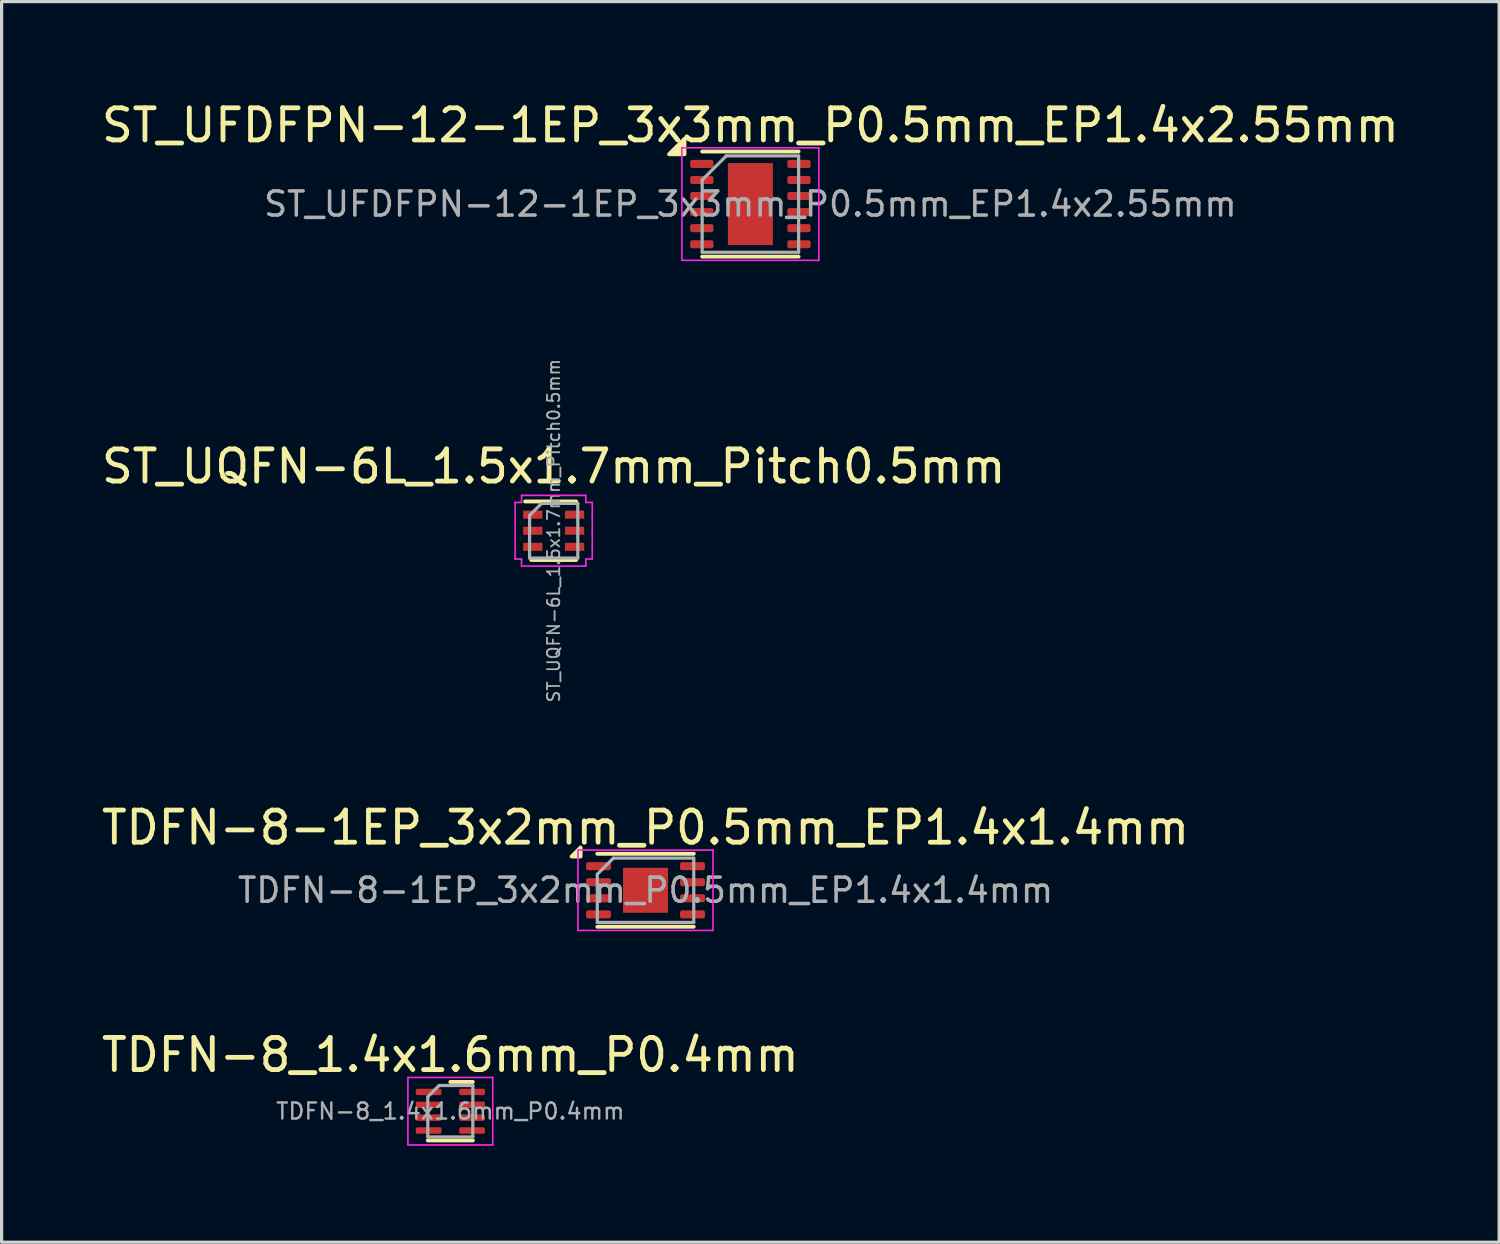
<source format=kicad_pcb>
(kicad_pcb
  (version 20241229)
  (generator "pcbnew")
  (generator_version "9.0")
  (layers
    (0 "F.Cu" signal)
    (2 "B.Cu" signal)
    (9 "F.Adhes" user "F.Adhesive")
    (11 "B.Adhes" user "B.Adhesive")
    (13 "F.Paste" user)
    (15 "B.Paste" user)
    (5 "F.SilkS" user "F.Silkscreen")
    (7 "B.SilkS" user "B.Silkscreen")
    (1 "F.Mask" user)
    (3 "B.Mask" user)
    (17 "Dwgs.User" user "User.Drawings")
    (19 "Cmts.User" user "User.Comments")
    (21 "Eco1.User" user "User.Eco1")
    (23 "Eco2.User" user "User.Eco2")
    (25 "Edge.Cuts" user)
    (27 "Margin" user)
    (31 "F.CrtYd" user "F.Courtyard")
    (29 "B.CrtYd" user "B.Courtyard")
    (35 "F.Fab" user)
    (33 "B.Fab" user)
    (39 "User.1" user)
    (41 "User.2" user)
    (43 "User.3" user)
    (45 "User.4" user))
  (footprint "TDFN-8-1EP_3x2mm_P0.5mm_EP1.4x1.4mm"
    (layer "F.Cu")
    (at 17.03 24.643)
    (property "Reference" "TDFN-8-1EP_3x2mm_P0.5mm_EP1.4x1.4mm" (at 0 -1.95 0) (layer "F.SilkS") (effects (font (size 1 1) (thickness 0.15))))
    (attr smd)
    (fp_line (start -1.5 -1.135) (end 1.5 -1.135) (stroke (width 0.12) (type solid)) (layer "F.SilkS"))
    (fp_line (start -1.5 1.135) (end 1.5 1.135) (stroke (width 0.12) (type solid)) (layer "F.SilkS"))
    (fp_poly (pts (xy -2.02 -1.05) (xy -2.3 -1.05) (xy -2.02 -1.33) (xy -2.02 -1.05)) (stroke (width 0.12) (type solid)) (fill yes) (layer "F.SilkS"))
    (fp_line (start -2.1 -1.25) (end -2.1 1.25) (stroke (width 0.05) (type solid)) (layer "F.CrtYd"))
    (fp_line (start -2.1 1.25) (end 2.1 1.25) (stroke (width 0.05) (type solid)) (layer "F.CrtYd"))
    (fp_line (start 2.1 -1.25) (end -2.1 -1.25) (stroke (width 0.05) (type solid)) (layer "F.CrtYd"))
    (fp_line (start 2.1 1.25) (end 2.1 -1.25) (stroke (width 0.05) (type solid)) (layer "F.CrtYd"))
    (fp_line (start -1.5 -0.5) (end -1 -1) (stroke (width 0.1) (type solid)) (layer "F.Fab"))
    (fp_line (start -1.5 1) (end -1.5 -0.5) (stroke (width 0.1) (type solid)) (layer "F.Fab"))
    (fp_line (start -1 -1) (end 1.5 -1) (stroke (width 0.1) (type solid)) (layer "F.Fab"))
    (fp_line (start 1.5 -1) (end 1.5 1) (stroke (width 0.1) (type solid)) (layer "F.Fab"))
    (fp_line (start 1.5 1) (end -1.5 1) (stroke (width 0.1) (type solid)) (layer "F.Fab"))
    (fp_text user "${REFERENCE}" (at 0 0 0) (layer "F.Fab") (effects (font (size 0.75 0.75) (thickness 0.11))))
    (pad "" smd roundrect (at -0.35 -0.35) (size 0.56 0.56) (layers "F.Paste") (roundrect_rratio 0.25))
    (pad "" smd roundrect (at -0.35 0.35) (size 0.56 0.56) (layers "F.Paste") (roundrect_rratio 0.25))
    (pad "" smd roundrect (at 0.35 -0.35) (size 0.56 0.56) (layers "F.Paste") (roundrect_rratio 0.25))
    (pad "" smd roundrect (at 0.35 0.35) (size 0.56 0.56) (layers "F.Paste") (roundrect_rratio 0.25))
    (pad "1" smd roundrect (at -1.462 -0.75) (size 0.775 0.25) (layers "F.Cu" "F.Mask" "F.Paste") (roundrect_rratio 0.25))
    (pad "2" smd roundrect (at -1.462 -0.25) (size 0.775 0.25) (layers "F.Cu" "F.Mask" "F.Paste") (roundrect_rratio 0.25))
    (pad "3" smd roundrect (at -1.462 0.25) (size 0.775 0.25) (layers "F.Cu" "F.Mask" "F.Paste") (roundrect_rratio 0.25))
    (pad "4" smd roundrect (at -1.462 0.75) (size 0.775 0.25) (layers "F.Cu" "F.Mask" "F.Paste") (roundrect_rratio 0.25))
    (pad "5" smd roundrect (at 1.462 0.75) (size 0.775 0.25) (layers "F.Cu" "F.Mask" "F.Paste") (roundrect_rratio 0.25))
    (pad "6" smd roundrect (at 1.462 0.25) (size 0.775 0.25) (layers "F.Cu" "F.Mask" "F.Paste") (roundrect_rratio 0.25))
    (pad "7" smd roundrect (at 1.462 -0.25) (size 0.775 0.25) (layers "F.Cu" "F.Mask" "F.Paste") (roundrect_rratio 0.25))
    (pad "8" smd roundrect (at 1.462 -0.75) (size 0.775 0.25) (layers "F.Cu" "F.Mask" "F.Paste") (roundrect_rratio 0.25))
    (pad "9" smd rect (at 0 0) (size 1.4 1.4) (property pad_prop_heatsink) (layers "F.Cu" "F.Mask")))
  (footprint "ST_UFDFPN-12-1EP_3x3mm_P0.5mm_EP1.4x2.55mm"
    (layer "F.Cu")
    (at 20.292 3.298)
    (property "Reference" "ST_UFDFPN-12-1EP_3x3mm_P0.5mm_EP1.4x2.55mm" (at 0 -2.45 0) (layer "F.SilkS") (effects (font (size 1 1) (thickness 0.15))))
    (attr smd)
    (fp_line (start -1.5 -1.635) (end 1.5 -1.635) (stroke (width 0.12) (type solid)) (layer "F.SilkS"))
    (fp_line (start -1.5 1.635) (end 1.5 1.635) (stroke (width 0.12) (type solid)) (layer "F.SilkS"))
    (fp_poly (pts (xy -2.05 -1.55) (xy -2.53 -1.55) (xy -2.05 -2.03) (xy -2.05 -1.55)) (stroke (width 0.12) (type solid)) (fill yes) (layer "F.SilkS"))
    (fp_line (start -2.13 -1.75) (end -2.13 1.75) (stroke (width 0.05) (type solid)) (layer "F.CrtYd"))
    (fp_line (start -2.13 1.75) (end 2.13 1.75) (stroke (width 0.05) (type solid)) (layer "F.CrtYd"))
    (fp_line (start 2.13 -1.75) (end -2.13 -1.75) (stroke (width 0.05) (type solid)) (layer "F.CrtYd"))
    (fp_line (start 2.13 1.75) (end 2.13 -1.75) (stroke (width 0.05) (type solid)) (layer "F.CrtYd"))
    (fp_line (start -1.5 -0.75) (end -0.75 -1.5) (stroke (width 0.1) (type solid)) (layer "F.Fab"))
    (fp_line (start -1.5 1.5) (end -1.5 -0.75) (stroke (width 0.1) (type solid)) (layer "F.Fab"))
    (fp_line (start -0.75 -1.5) (end 1.5 -1.5) (stroke (width 0.1) (type solid)) (layer "F.Fab"))
    (fp_line (start 1.5 -1.5) (end 1.5 1.5) (stroke (width 0.1) (type solid)) (layer "F.Fab"))
    (fp_line (start 1.5 1.5) (end -1.5 1.5) (stroke (width 0.1) (type solid)) (layer "F.Fab"))
    (fp_text user "${REFERENCE}" (at 0 0 0) (layer "F.Fab") (effects (font (size 0.75 0.75) (thickness 0.11))))
    (pad "" smd roundrect (at 0 0) (size 1.13 2.06) (layers "F.Paste") (roundrect_rratio 0.221))
    (pad "1" smd roundrect (at -1.512 -1.25) (size 0.725 0.25) (layers "F.Cu" "F.Mask" "F.Paste") (roundrect_rratio 0.25))
    (pad "2" smd roundrect (at -1.512 -0.75) (size 0.725 0.25) (layers "F.Cu" "F.Mask" "F.Paste") (roundrect_rratio 0.25))
    (pad "3" smd roundrect (at -1.512 -0.25) (size 0.725 0.25) (layers "F.Cu" "F.Mask" "F.Paste") (roundrect_rratio 0.25))
    (pad "4" smd roundrect (at -1.512 0.25) (size 0.725 0.25) (layers "F.Cu" "F.Mask" "F.Paste") (roundrect_rratio 0.25))
    (pad "5" smd roundrect (at -1.512 0.75) (size 0.725 0.25) (layers "F.Cu" "F.Mask" "F.Paste") (roundrect_rratio 0.25))
    (pad "6" smd roundrect (at -1.512 1.25) (size 0.725 0.25) (layers "F.Cu" "F.Mask" "F.Paste") (roundrect_rratio 0.25))
    (pad "7" smd roundrect (at 1.512 1.25) (size 0.725 0.25) (layers "F.Cu" "F.Mask" "F.Paste") (roundrect_rratio 0.25))
    (pad "8" smd roundrect (at 1.512 0.75) (size 0.725 0.25) (layers "F.Cu" "F.Mask" "F.Paste") (roundrect_rratio 0.25))
    (pad "9" smd roundrect (at 1.512 0.25) (size 0.725 0.25) (layers "F.Cu" "F.Mask" "F.Paste") (roundrect_rratio 0.25))
    (pad "10" smd roundrect (at 1.512 -0.25) (size 0.725 0.25) (layers "F.Cu" "F.Mask" "F.Paste") (roundrect_rratio 0.25))
    (pad "11" smd roundrect (at 1.512 -0.75) (size 0.725 0.25) (layers "F.Cu" "F.Mask" "F.Paste") (roundrect_rratio 0.25))
    (pad "12" smd roundrect (at 1.512 -1.25) (size 0.725 0.25) (layers "F.Cu" "F.Mask" "F.Paste") (roundrect_rratio 0.25))
    (pad "13" smd rect (at 0 0) (size 1.4 2.55) (property pad_prop_heatsink) (layers "F.Cu" "F.Mask")))
  (footprint "TDFN-8_1.4x1.6mm_P0.4mm"
    (layer "F.Cu")
    (at 10.958 31.516)
    (property "Reference" "TDFN-8_1.4x1.6mm_P0.4mm" (at 0 -1.75 0) (layer "F.SilkS") (effects (font (size 1 1) (thickness 0.15))))
    (attr smd)
    (fp_line (start -0.7 0.91) (end 0.7 0.91) (stroke (width 0.12) (type solid)) (layer "F.SilkS"))
    (fp_line (start 0 -0.91) (end 0.7 -0.91) (stroke (width 0.12) (type solid)) (layer "F.SilkS"))
    (fp_line (start -1.32 -1.05) (end -1.32 1.05) (stroke (width 0.05) (type solid)) (layer "F.CrtYd"))
    (fp_line (start -1.32 1.05) (end 1.32 1.05) (stroke (width 0.05) (type solid)) (layer "F.CrtYd"))
    (fp_line (start 1.32 -1.05) (end -1.32 -1.05) (stroke (width 0.05) (type solid)) (layer "F.CrtYd"))
    (fp_line (start 1.32 1.05) (end 1.32 -1.05) (stroke (width 0.05) (type solid)) (layer "F.CrtYd"))
    (fp_line (start -0.7 -0.45) (end -0.35 -0.8) (stroke (width 0.1) (type solid)) (layer "F.Fab"))
    (fp_line (start -0.7 0.8) (end -0.7 -0.45) (stroke (width 0.1) (type solid)) (layer "F.Fab"))
    (fp_line (start -0.35 -0.8) (end 0.7 -0.8) (stroke (width 0.1) (type solid)) (layer "F.Fab"))
    (fp_line (start 0.7 -0.8) (end 0.7 0.8) (stroke (width 0.1) (type solid)) (layer "F.Fab"))
    (fp_line (start 0.7 0.8) (end -0.7 0.8) (stroke (width 0.1) (type solid)) (layer "F.Fab"))
    (fp_text user "${REFERENCE}" (at 0 0 0) (layer "F.Fab") (effects (font (size 0.5 0.5) (thickness 0.075))))
    (pad "1" smd roundrect (at -0.675 -0.6) (size 0.8 0.2) (layers "F.Cu" "F.Mask" "F.Paste") (roundrect_rratio 0.25))
    (pad "2" smd roundrect (at -0.675 -0.2) (size 0.8 0.2) (layers "F.Cu" "F.Mask" "F.Paste") (roundrect_rratio 0.25))
    (pad "3" smd roundrect (at -0.675 0.2) (size 0.8 0.2) (layers "F.Cu" "F.Mask" "F.Paste") (roundrect_rratio 0.25))
    (pad "4" smd roundrect (at -0.675 0.6) (size 0.8 0.2) (layers "F.Cu" "F.Mask" "F.Paste") (roundrect_rratio 0.25))
    (pad "5" smd roundrect (at 0.675 0.6) (size 0.8 0.2) (layers "F.Cu" "F.Mask" "F.Paste") (roundrect_rratio 0.25))
    (pad "6" smd roundrect (at 0.675 0.2) (size 0.8 0.2) (layers "F.Cu" "F.Mask" "F.Paste") (roundrect_rratio 0.25))
    (pad "7" smd roundrect (at 0.675 -0.2) (size 0.8 0.2) (layers "F.Cu" "F.Mask" "F.Paste") (roundrect_rratio 0.25))
    (pad "8" smd roundrect (at 0.675 -0.6) (size 0.8 0.2) (layers "F.Cu" "F.Mask" "F.Paste") (roundrect_rratio 0.25)))
  (footprint "ST_UQFN-6L_1.5x1.7mm_Pitch0.5mm"
    (layer "F.Cu")
    (at 14.173 13.459)
    (property "Reference" "ST_UQFN-6L_1.5x1.7mm_Pitch0.5mm" (at 0 -2 0) (layer "F.SilkS") (effects (font (size 1 1) (thickness 0.15))))
    (attr smd)
    (fp_line (start 0.7 -0.91) (end -0.89 -0.91) (stroke (width 0.12) (type solid)) (layer "F.SilkS"))
    (fp_line (start 0.7 0.91) (end -0.7 0.91) (stroke (width 0.12) (type solid)) (layer "F.SilkS"))
    (fp_line (start -1.2 0.88) (end -1.2 -0.88) (stroke (width 0.05) (type solid)) (layer "F.CrtYd"))
    (fp_line (start -1 -1.1) (end -1 -0.88) (stroke (width 0.05) (type solid)) (layer "F.CrtYd"))
    (fp_line (start -1 -0.88) (end -1.2 -0.88) (stroke (width 0.05) (type solid)) (layer "F.CrtYd"))
    (fp_line (start -1 0.88) (end -1.2 0.88) (stroke (width 0.05) (type solid)) (layer "F.CrtYd"))
    (fp_line (start -1 1.1) (end -1 0.88) (stroke (width 0.05) (type solid)) (layer "F.CrtYd"))
    (fp_line (start 1 -1.1) (end -1 -1.1) (stroke (width 0.05) (type solid)) (layer "F.CrtYd"))
    (fp_line (start 1 -1.1) (end 1 -0.88) (stroke (width 0.05) (type solid)) (layer "F.CrtYd"))
    (fp_line (start 1 -0.88) (end 1.2 -0.88) (stroke (width 0.05) (type solid)) (layer "F.CrtYd"))
    (fp_line (start 1 0.88) (end 1.2 0.88) (stroke (width 0.05) (type solid)) (layer "F.CrtYd"))
    (fp_line (start 1 1.1) (end -1 1.1) (stroke (width 0.05) (type solid)) (layer "F.CrtYd"))
    (fp_line (start 1 1.1) (end 1 0.88) (stroke (width 0.05) (type solid)) (layer "F.CrtYd"))
    (fp_line (start 1.2 0.88) (end 1.2 -0.88) (stroke (width 0.05) (type solid)) (layer "F.CrtYd"))
    (fp_line (start -0.75 0.85) (end -0.75 -0.475) (stroke (width 0.1) (type solid)) (layer "F.Fab"))
    (fp_line (start -0.375 -0.85) (end -0.75 -0.475) (stroke (width 0.1) (type solid)) (layer "F.Fab"))
    (fp_line (start 0.75 -0.85) (end -0.375 -0.85) (stroke (width 0.1) (type solid)) (layer "F.Fab"))
    (fp_line (start 0.75 -0.85) (end 0.75 0.85) (stroke (width 0.1) (type solid)) (layer "F.Fab"))
    (fp_line (start 0.75 0.85) (end -0.75 0.85) (stroke (width 0.1) (type solid)) (layer "F.Fab"))
    (fp_text user "${REFERENCE}" (at 0 0 90) (layer "F.Fab") (effects (font (size 0.38 0.38) (thickness 0.057))))
    (pad "1" smd rect (at -0.65 -0.5) (size 0.6 0.25) (layers "F.Cu" "F.Mask" "F.Paste"))
    (pad "2" smd rect (at -0.65 0) (size 0.6 0.25) (layers "F.Cu" "F.Mask" "F.Paste"))
    (pad "3" smd rect (at -0.65 0.5) (size 0.6 0.25) (layers "F.Cu" "F.Mask" "F.Paste"))
    (pad "4" smd rect (at 0.65 0.5) (size 0.6 0.25) (layers "F.Cu" "F.Mask" "F.Paste"))
    (pad "5" smd rect (at 0.65 0) (size 0.6 0.25) (layers "F.Cu" "F.Mask" "F.Paste"))
    (pad "6" smd rect (at 0.65 -0.5) (size 0.6 0.25) (layers "F.Cu" "F.Mask" "F.Paste")))
  (gr_rect
    (start -3 -3)
    (end 43.583 35.591)
    (stroke (width 0.1) (type default))
    (fill no)
    (layer "Edge.Cuts")))
</source>
